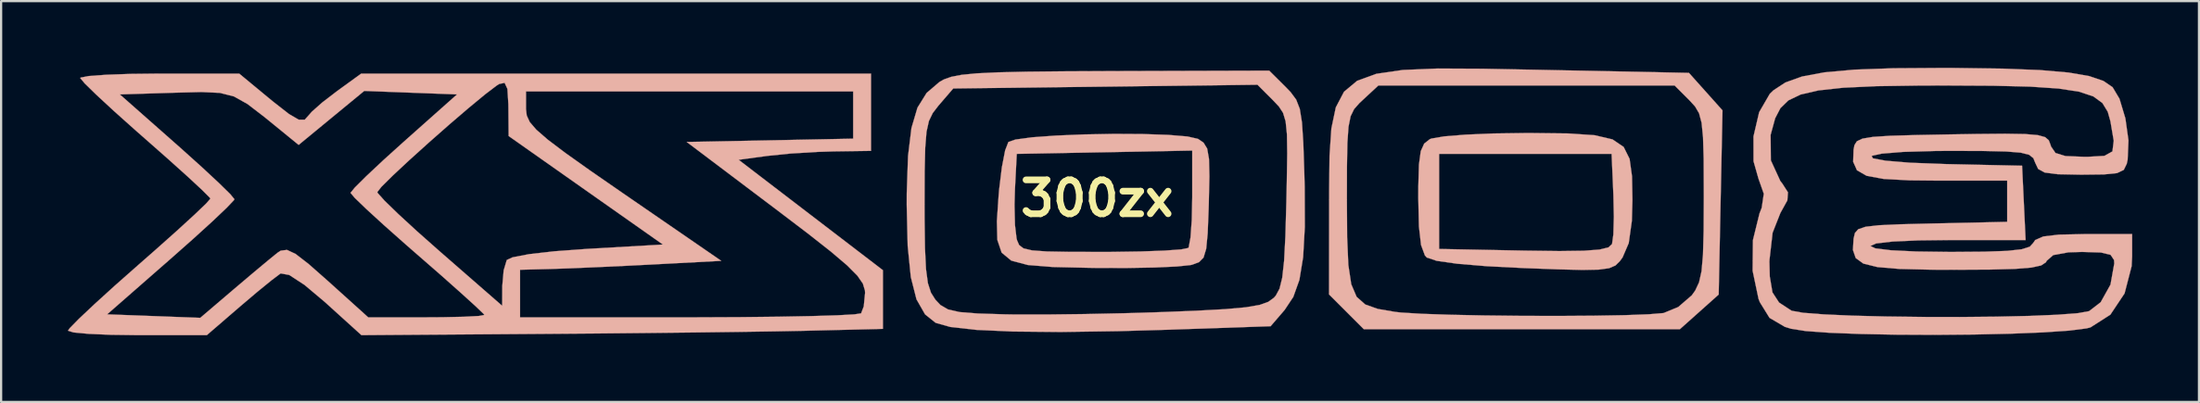
<source format=kicad_pcb>
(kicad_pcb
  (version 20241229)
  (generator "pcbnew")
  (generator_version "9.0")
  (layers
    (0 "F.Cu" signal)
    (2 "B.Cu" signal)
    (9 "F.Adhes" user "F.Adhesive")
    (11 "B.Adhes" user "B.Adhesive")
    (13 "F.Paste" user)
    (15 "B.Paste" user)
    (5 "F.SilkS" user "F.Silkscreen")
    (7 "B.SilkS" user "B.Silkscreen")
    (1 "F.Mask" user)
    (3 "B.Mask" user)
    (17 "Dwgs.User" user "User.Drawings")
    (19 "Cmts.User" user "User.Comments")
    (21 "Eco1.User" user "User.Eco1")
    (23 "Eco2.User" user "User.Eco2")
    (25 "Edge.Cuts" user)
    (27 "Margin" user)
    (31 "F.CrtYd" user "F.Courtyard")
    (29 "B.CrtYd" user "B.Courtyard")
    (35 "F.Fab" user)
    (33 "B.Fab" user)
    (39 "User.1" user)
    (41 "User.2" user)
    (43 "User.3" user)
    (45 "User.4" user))
  (footprint "300zx"
    (layer "F.Cu")
    (at 46.259 5.875)
    (property "Reference" "300zx" (at 0 0 0) (layer "F.SilkS") (effects (font (size 1.524 1.524) (thickness 0.3))))
    (attr through_hole)
    (fp_poly (pts (xy 17.817 -2.922) (xy 16.57 -2.869) (xy 15.603 -2.791) (xy 15.028 -2.693) (xy 14.955 -2.664) (xy 14.703 -2.466) (xy 14.549 -2.124) (xy 14.468 -1.524) (xy 14.44 -0.55) (xy 14.438 -0.023) (xy 14.467 1.261) (xy 14.562 2.095) (xy 14.734 2.562) (xy 14.823 2.66) (xy 15.262 2.806) (xy 16.181 2.937) (xy 17.524 3.049) (xy 19.192 3.133) (xy 20.727 3.19) (xy 21.817 3.216) (xy 22.55 3.202) (xy 23.015 3.138) (xy 23.301 3.015) (xy 23.497 2.822) (xy 23.62 2.653) (xy 23.897 2.009) (xy 24.037 1.012) (xy 24.042 0.824) (xy 23.228 0.824) (xy 23.206 1.62) (xy 23.146 2.053) (xy 22.985 2.201) (xy 22.586 2.3) (xy 21.877 2.353) (xy 20.782 2.367) (xy 19.229 2.348) (xy 19.189 2.347) (xy 15.374 2.273) (xy 15.374 -2.005) (xy 23.127 -2.005) (xy 23.207 -0.16) (xy 23.228 0.824) (xy 24.042 0.824) (xy 24.063 0.074) (xy 24.044 -0.996) (xy 23.936 -1.777) (xy 23.669 -2.315) (xy 23.168 -2.655) (xy 22.363 -2.843) (xy 21.18 -2.923) (xy 19.546 -2.941) (xy 19.233 -2.941) (xy 17.817 -2.922)) (stroke (width 0.01) (type solid)) (fill yes) (layer "B.SilkS"))
    (fp_poly (pts (xy -0.581 -2.879) (xy -1.844 -2.827) (xy -2.913 -2.75) (xy -3.67 -2.648) (xy -3.986 -2.538) (xy -4.132 -2.159) (xy -4.28 -1.394) (xy -4.402 -0.392) (xy -4.424 -0.132) (xy -4.503 1.026) (xy -4.482 1.865) (xy -4.289 2.438) (xy -3.855 2.797) (xy -3.108 2.995) (xy -1.98 3.085) (xy -0.398 3.12) (xy -0.089 3.125) (xy 1.32 3.129) (xy 2.586 3.107) (xy 3.587 3.061) (xy 4.202 2.997) (xy 4.278 2.98) (xy 4.587 2.863) (xy 4.786 2.661) (xy 4.905 2.266) (xy 4.972 1.571) (xy 5.015 0.469) (xy 5.023 0.204) (xy 5.028 -0.052) (xy 4.278 -0.052) (xy 4.257 0.962) (xy 4.2 1.758) (xy 4.12 2.194) (xy 4.1 2.228) (xy 3.781 2.293) (xy 3.03 2.347) (xy 1.95 2.386) (xy 0.642 2.405) (xy 0.228 2.406) (xy -1.241 2.403) (xy -2.262 2.385) (xy -2.922 2.337) (xy -3.306 2.246) (xy -3.502 2.098) (xy -3.597 1.88) (xy -3.619 1.794) (xy -3.69 1.193) (xy -3.711 0.291) (xy -3.691 -0.412) (xy -3.609 -2.005) (xy 4.278 -2.153) (xy 4.278 -0.052) (xy 5.028 -0.052) (xy 5.049 -0.998) (xy 5.031 -1.776) (xy 4.949 -2.243) (xy 4.785 -2.51) (xy 4.536 -2.679) (xy 4.064 -2.786) (xy 3.199 -2.858) (xy 2.058 -2.896) (xy 0.759 -2.903) (xy -0.581 -2.879)) (stroke (width 0.01) (type solid)) (fill yes) (layer "B.SilkS"))
    (fp_poly (pts (xy 13.741 -5.778) (xy 12.552 -5.605) (xy 11.689 -5.29) (xy 11.099 -4.798) (xy 10.731 -4.096) (xy 10.532 -3.149) (xy 10.449 -1.922) (xy 10.432 -0.382) (xy 10.431 0.355) (xy 10.427 4.319) (xy 11.209 5.101) (xy 11.99 5.882) (xy 26.194 5.882) (xy 27.067 5.103) (xy 27.94 4.323) (xy 28.025 0.181) (xy 28.03 -0.048) (xy 27.272 -0.048) (xy 27.264 1.462) (xy 27.234 2.537) (xy 27.169 3.275) (xy 27.057 3.777) (xy 26.885 4.142) (xy 26.731 4.358) (xy 26.122 4.884) (xy 25.461 5.156) (xy 24.798 5.211) (xy 23.713 5.251) (xy 22.317 5.275) (xy 20.721 5.285) (xy 19.038 5.281) (xy 17.38 5.263) (xy 15.857 5.232) (xy 14.582 5.189) (xy 13.666 5.133) (xy 13.396 5.103) (xy 12.619 4.97) (xy 12.054 4.77) (xy 11.667 4.426) (xy 11.425 3.86) (xy 11.294 2.993) (xy 11.24 1.747) (xy 11.229 0.07) (xy 11.232 -1.435) (xy 11.251 -2.5) (xy 11.301 -3.222) (xy 11.396 -3.696) (xy 11.553 -4.017) (xy 11.786 -4.282) (xy 11.937 -4.424) (xy 12.644 -5.08) (xy 25.959 -5.08) (xy 26.615 -4.424) (xy 26.876 -4.139) (xy 27.057 -3.832) (xy 27.172 -3.403) (xy 27.236 -2.755) (xy 27.265 -1.79) (xy 27.271 -0.41) (xy 27.272 -0.048) (xy 28.03 -0.048) (xy 28.111 -3.961) (xy 27.357 -4.804) (xy 26.603 -5.647) (xy 19.785 -5.786) (xy 17.305 -5.834) (xy 15.308 -5.843) (xy 13.741 -5.778)) (stroke (width 0.01) (type solid)) (fill yes) (layer "B.SilkS"))
    (fp_poly (pts (xy 0.684 -5.728) (xy -1.476 -5.718) (xy -3.168 -5.701) (xy -4.455 -5.671) (xy -5.406 -5.626) (xy -6.084 -5.56) (xy -6.556 -5.469) (xy -6.887 -5.351) (xy -7.084 -5.239) (xy -7.66 -4.746) (xy -8.072 -4.083) (xy -8.343 -3.165) (xy -8.496 -1.906) (xy -8.554 -0.223) (xy -8.556 0.267) (xy -8.512 2.132) (xy -8.371 3.534) (xy -8.116 4.539) (xy -7.731 5.214) (xy -7.256 5.595) (xy -6.596 5.781) (xy -5.426 5.912) (xy -3.766 5.987) (xy -1.639 6.007) (xy 0.935 5.97) (xy 2.898 5.914) (xy 7.801 5.748) (xy 8.429 5.018) (xy 8.82 4.43) (xy 9.094 3.665) (xy 9.262 2.642) (xy 9.338 1.278) (xy 9.332 -0.509) (xy 9.315 -1.156) (xy 9.286 -2.024) (xy 8.547 -2.024) (xy 8.528 -0.773) (xy 8.509 0.132) (xy 8.465 1.693) (xy 8.407 2.809) (xy 8.323 3.567) (xy 8.202 4.059) (xy 8.033 4.371) (xy 7.946 4.47) (xy 7.694 4.652) (xy 7.301 4.791) (xy 6.685 4.897) (xy 5.764 4.98) (xy 4.459 5.051) (xy 2.999 5.109) (xy 1.248 5.163) (xy -0.559 5.201) (xy -2.25 5.221) (xy -3.654 5.221) (xy -4.124 5.214) (xy -5.36 5.176) (xy -6.18 5.111) (xy -6.699 4.992) (xy -7.037 4.796) (xy -7.266 4.554) (xy -7.465 4.241) (xy -7.603 3.814) (xy -7.689 3.178) (xy -7.735 2.237) (xy -7.753 0.895) (xy -7.754 0.253) (xy -7.749 -1.231) (xy -7.724 -2.28) (xy -7.666 -2.997) (xy -7.558 -3.482) (xy -7.387 -3.837) (xy -7.138 -4.162) (xy -7.109 -4.196) (xy -6.464 -4.946) (xy 7.21 -5.113) (xy 7.902 -4.421) (xy 8.172 -4.136) (xy 8.359 -3.85) (xy 8.475 -3.467) (xy 8.534 -2.89) (xy 8.547 -2.024) (xy 9.286 -2.024) (xy 9.27 -2.496) (xy 9.21 -3.415) (xy 9.112 -4.027) (xy 8.95 -4.444) (xy 8.701 -4.78) (xy 8.481 -5.008) (xy 7.737 -5.748) (xy 0.684 -5.728)) (stroke (width 0.01) (type solid)) (fill yes) (layer "B.SilkS"))
    (fp_poly (pts (xy 35.799 -5.856) (xy 34.047 -5.793) (xy 32.697 -5.672) (xy 31.684 -5.483) (xy 30.94 -5.216) (xy 30.4 -4.862) (xy 30.237 -4.704) (xy 29.758 -3.877) (xy 29.504 -2.788) (xy 29.506 -1.673) (xy 29.729 -0.888) (xy 29.968 -0.21) (xy 29.873 0.423) (xy 29.774 0.676) (xy 29.479 1.877) (xy 29.465 3.251) (xy 29.731 4.518) (xy 29.79 4.669) (xy 30.225 5.372) (xy 30.91 5.774) (xy 31.194 5.862) (xy 31.852 5.965) (xy 32.93 6.043) (xy 34.326 6.097) (xy 35.939 6.128) (xy 37.667 6.136) (xy 39.408 6.121) (xy 41.061 6.084) (xy 42.524 6.025) (xy 43.696 5.945) (xy 44.475 5.845) (xy 44.651 5.8) (xy 45.544 5.229) (xy 46.183 4.272) (xy 46.5 3.047) (xy 46.506 2.924) (xy 45.72 2.924) (xy 45.55 3.877) (xy 45.109 4.668) (xy 44.588 5.07) (xy 44.093 5.16) (xy 43.17 5.231) (xy 41.912 5.284) (xy 40.416 5.318) (xy 38.775 5.333) (xy 37.085 5.33) (xy 35.442 5.31) (xy 33.939 5.272) (xy 32.673 5.216) (xy 31.738 5.144) (xy 31.229 5.054) (xy 31.198 5.04) (xy 30.653 4.682) (xy 30.357 4.227) (xy 30.236 3.511) (xy 30.218 2.807) (xy 30.363 1.543) (xy 30.713 0.654) (xy 31.027 0.087) (xy 31.053 -0.275) (xy 30.792 -0.68) (xy 30.712 -0.78) (xy 30.284 -1.713) (xy 30.274 -2.859) (xy 30.478 -3.605) (xy 30.713 -4.058) (xy 31.074 -4.41) (xy 31.624 -4.673) (xy 32.425 -4.859) (xy 33.541 -4.98) (xy 35.035 -5.049) (xy 36.968 -5.077) (xy 38.1 -5.08) (xy 40.26 -5.069) (xy 41.947 -5.028) (xy 43.221 -4.942) (xy 44.146 -4.8) (xy 44.781 -4.587) (xy 45.187 -4.29) (xy 45.427 -3.897) (xy 45.547 -3.472) (xy 45.696 -2.594) (xy 45.637 -2.115) (xy 45.279 -1.915) (xy 44.532 -1.872) (xy 44.358 -1.872) (xy 43.524 -1.906) (xy 43.079 -2.044) (xy 42.877 -2.337) (xy 42.855 -2.413) (xy 42.777 -2.614) (xy 42.614 -2.756) (xy 42.286 -2.847) (xy 41.714 -2.896) (xy 40.818 -2.91) (xy 39.52 -2.899) (xy 38.401 -2.881) (xy 36.796 -2.851) (xy 35.646 -2.818) (xy 34.875 -2.768) (xy 34.403 -2.69) (xy 34.151 -2.571) (xy 34.043 -2.4) (xy 34.002 -2.191) (xy 33.984 -1.649) (xy 34.155 -1.267) (xy 34.589 -1.018) (xy 35.358 -0.876) (xy 36.533 -0.813) (xy 37.732 -0.802) (xy 40.907 -0.802) (xy 40.907 1.053) (xy 37.498 1.128) (xy 36.097 1.163) (xy 35.141 1.206) (xy 34.542 1.274) (xy 34.212 1.385) (xy 34.062 1.557) (xy 34.004 1.808) (xy 34.002 1.819) (xy 33.974 2.318) (xy 34.099 2.682) (xy 34.444 2.931) (xy 35.079 3.088) (xy 36.071 3.172) (xy 37.489 3.205) (xy 38.542 3.208) (xy 40.125 3.2) (xy 41.251 3.17) (xy 41.995 3.11) (xy 42.434 3.014) (xy 42.646 2.874) (xy 42.682 2.807) (xy 42.977 2.548) (xy 43.662 2.424) (xy 44.278 2.406) (xy 45.12 2.432) (xy 45.555 2.537) (xy 45.709 2.769) (xy 45.72 2.924) (xy 46.506 2.924) (xy 46.522 2.607) (xy 46.522 1.604) (xy 44.375 1.604) (xy 43.234 1.628) (xy 42.531 1.711) (xy 42.167 1.87) (xy 42.074 2.005) (xy 41.921 2.172) (xy 41.558 2.287) (xy 40.906 2.359) (xy 39.884 2.395) (xy 38.411 2.406) (xy 38.339 2.406) (xy 36.822 2.387) (xy 35.685 2.332) (xy 34.98 2.245) (xy 34.758 2.139) (xy 35.016 2.025) (xy 35.753 1.939) (xy 36.915 1.887) (xy 38.246 1.872) (xy 41.735 1.872) (xy 41.576 -1.471) (xy 38.167 -1.545) (xy 36.541 -1.606) (xy 35.443 -1.697) (xy 34.869 -1.804) (xy 34.812 -1.914) (xy 35.269 -2.015) (xy 36.233 -2.093) (xy 37.701 -2.135) (xy 38.392 -2.139) (xy 39.853 -2.134) (xy 40.865 -2.111) (xy 41.517 -2.059) (xy 41.893 -1.963) (xy 42.082 -1.813) (xy 42.167 -1.604) (xy 42.299 -1.325) (xy 42.595 -1.164) (xy 43.174 -1.089) (xy 44.159 -1.07) (xy 44.249 -1.069) (xy 45.254 -1.08) (xy 45.846 -1.139) (xy 46.148 -1.285) (xy 46.281 -1.559) (xy 46.321 -1.741) (xy 46.358 -2.61) (xy 46.22 -3.599) (xy 45.954 -4.484) (xy 45.644 -5.004) (xy 45.232 -5.285) (xy 44.59 -5.503) (xy 43.66 -5.663) (xy 42.383 -5.773) (xy 40.7 -5.839) (xy 38.555 -5.868) (xy 38.018 -5.87) (xy 35.799 -5.856)) (stroke (width 0.01) (type solid)) (fill yes) (layer "B.SilkS"))
    (fp_poly (pts (xy -34.156 -4.83) (xy -34.822 -4.319) (xy -35.296 -3.899) (xy -35.415 -3.761) (xy -35.612 -3.542) (xy -35.881 -3.541) (xy -36.323 -3.799) (xy -37.04 -4.36) (xy -37.265 -4.545) (xy -38.559 -5.615) (xy -42.14 -5.615) (xy -43.451 -5.601) (xy -44.544 -5.562) (xy -45.322 -5.505) (xy -45.687 -5.434) (xy -45.702 -5.414) (xy -45.504 -5.176) (xy -44.973 -4.657) (xy -44.181 -3.925) (xy -43.201 -3.048) (xy -42.775 -2.674) (xy -41.741 -1.762) (xy -40.866 -0.975) (xy -40.224 -0.379) (xy -39.886 -0.04) (xy -39.852 0.009) (xy -40.038 0.224) (xy -40.562 0.726) (xy -41.355 1.452) (xy -42.35 2.339) (xy -43.046 2.95) (xy -44.135 3.912) (xy -45.065 4.757) (xy -45.769 5.421) (xy -46.179 5.84) (xy -46.254 5.949) (xy -46.004 6.027) (xy -45.325 6.091) (xy -44.32 6.134) (xy -43.134 6.149) (xy -40.013 6.149) (xy -38.522 4.862) (xy -37.745 4.203) (xy -37.097 3.675) (xy -36.709 3.383) (xy -36.692 3.373) (xy -36.308 3.443) (xy -35.62 3.892) (xy -34.708 4.66) (xy -33.063 6.149) (xy -24.753 6.091) (xy -22.495 6.074) (xy -20.23 6.052) (xy -18.064 6.028) (xy -16.101 6.003) (xy -14.446 5.978) (xy -13.202 5.954) (xy -13.034 5.95) (xy -9.625 5.866) (xy -9.625 4.249) (xy -10.427 4.249) (xy -10.486 4.856) (xy -10.606 5.169) (xy -10.909 5.215) (xy -11.678 5.257) (xy -12.843 5.292) (xy -14.334 5.32) (xy -16.083 5.339) (xy -18.019 5.347) (xy -18.359 5.347) (xy -25.935 5.347) (xy -25.935 5.242) (xy -27.539 5.242) (xy -27.787 5.287) (xy -28.456 5.322) (xy -29.43 5.343) (xy -30.15 5.347) (xy -32.76 5.347) (xy -34.568 3.716) (xy -35.441 2.946) (xy -36.024 2.496) (xy -36.409 2.315) (xy -36.69 2.349) (xy -36.837 2.444) (xy -37.264 2.792) (xy -37.953 3.367) (xy -38.758 4.049) (xy -38.803 4.087) (xy -40.308 5.371) (xy -42.401 5.292) (xy -44.495 5.214) (xy -41.632 2.708) (xy -40.608 1.801) (xy -39.746 1.016) (xy -39.119 0.42) (xy -38.798 0.081) (xy -38.772 0.035) (xy -38.962 -0.196) (xy -39.481 -0.705) (xy -40.251 -1.421) (xy -41.198 -2.273) (xy -41.349 -2.406) (xy -43.923 -4.679) (xy -41.446 -4.756) (xy -40.254 -4.786) (xy -39.426 -4.748) (xy -38.793 -4.587) (xy -38.185 -4.246) (xy -37.434 -3.67) (xy -36.95 -3.276) (xy -35.886 -2.408) (xy -34.412 -3.622) (xy -32.937 -4.836) (xy -30.852 -4.757) (xy -28.767 -4.679) (xy -31.161 -2.55) (xy -32.089 -1.712) (xy -32.85 -0.998) (xy -33.364 -0.486) (xy -33.555 -0.25) (xy -33.555 -0.25) (xy -33.363 -0.023) (xy -32.836 0.485) (xy -32.043 1.21) (xy -31.057 2.085) (xy -30.547 2.53) (xy -29.494 3.448) (xy -28.603 4.24) (xy -27.942 4.84) (xy -27.583 5.185) (xy -27.539 5.242) (xy -25.935 5.242) (xy -25.935 3.208) (xy -24.531 3.172) (xy -23.679 3.143) (xy -22.47 3.091) (xy -21.083 3.026) (xy -20.009 2.972) (xy -16.891 2.807) (xy -17.956 2.074) (xy -19.514 2.074) (xy -22.925 2.27) (xy -24.388 2.377) (xy -25.527 2.506) (xy -26.27 2.648) (xy -26.532 2.77) (xy -26.671 3.236) (xy -26.733 3.935) (xy -26.733 3.952) (xy -26.737 4.829) (xy -29.544 2.381) (xy -30.56 1.481) (xy -31.411 0.698) (xy -32.026 0.1) (xy -32.331 -0.241) (xy -32.352 -0.285) (xy -32.162 -0.526) (xy -31.653 -1.03) (xy -30.917 -1.717) (xy -30.043 -2.506) (xy -29.123 -3.317) (xy -28.246 -4.069) (xy -27.504 -4.682) (xy -26.988 -5.075) (xy -26.873 -5.148) (xy -26.628 -5.199) (xy -26.503 -4.928) (xy -26.46 -4.239) (xy -26.458 -4.091) (xy -26.447 -2.807) (xy -22.98 -0.366) (xy -19.514 2.074) (xy -17.956 2.074) (xy -21.279 -0.213) (xy -22.785 -1.255) (xy -23.903 -2.05) (xy -24.69 -2.645) (xy -25.204 -3.092) (xy -25.5 -3.438) (xy -25.635 -3.734) (xy -25.667 -4.023) (xy -25.667 -4.813) (xy -10.962 -4.813) (xy -10.962 -2.688) (xy -14.703 -2.614) (xy -18.444 -2.54) (xy -14.436 0.484) (xy -13.009 1.569) (xy -11.96 2.394) (xy -11.234 3.011) (xy -10.775 3.472) (xy -10.527 3.829) (xy -10.434 4.136) (xy -10.427 4.249) (xy -9.625 4.249) (xy -9.625 3.228) (xy -12.868 0.745) (xy -16.11 -1.738) (xy -14.806 -1.915) (xy -13.781 -2.019) (xy -12.56 -2.093) (xy -11.831 -2.116) (xy -10.16 -2.139) (xy -10.16 -5.615) (xy -33.073 -5.615) (xy -34.156 -4.83)) (stroke (width 0.01) (type solid)) (fill yes) (layer "B.SilkS")))
  (gr_rect
    (start -3 -3)
    (end 95.786 15.03)
    (stroke (width 0.1) (type default))
    (fill no)
    (layer "Edge.Cuts")))
</source>
